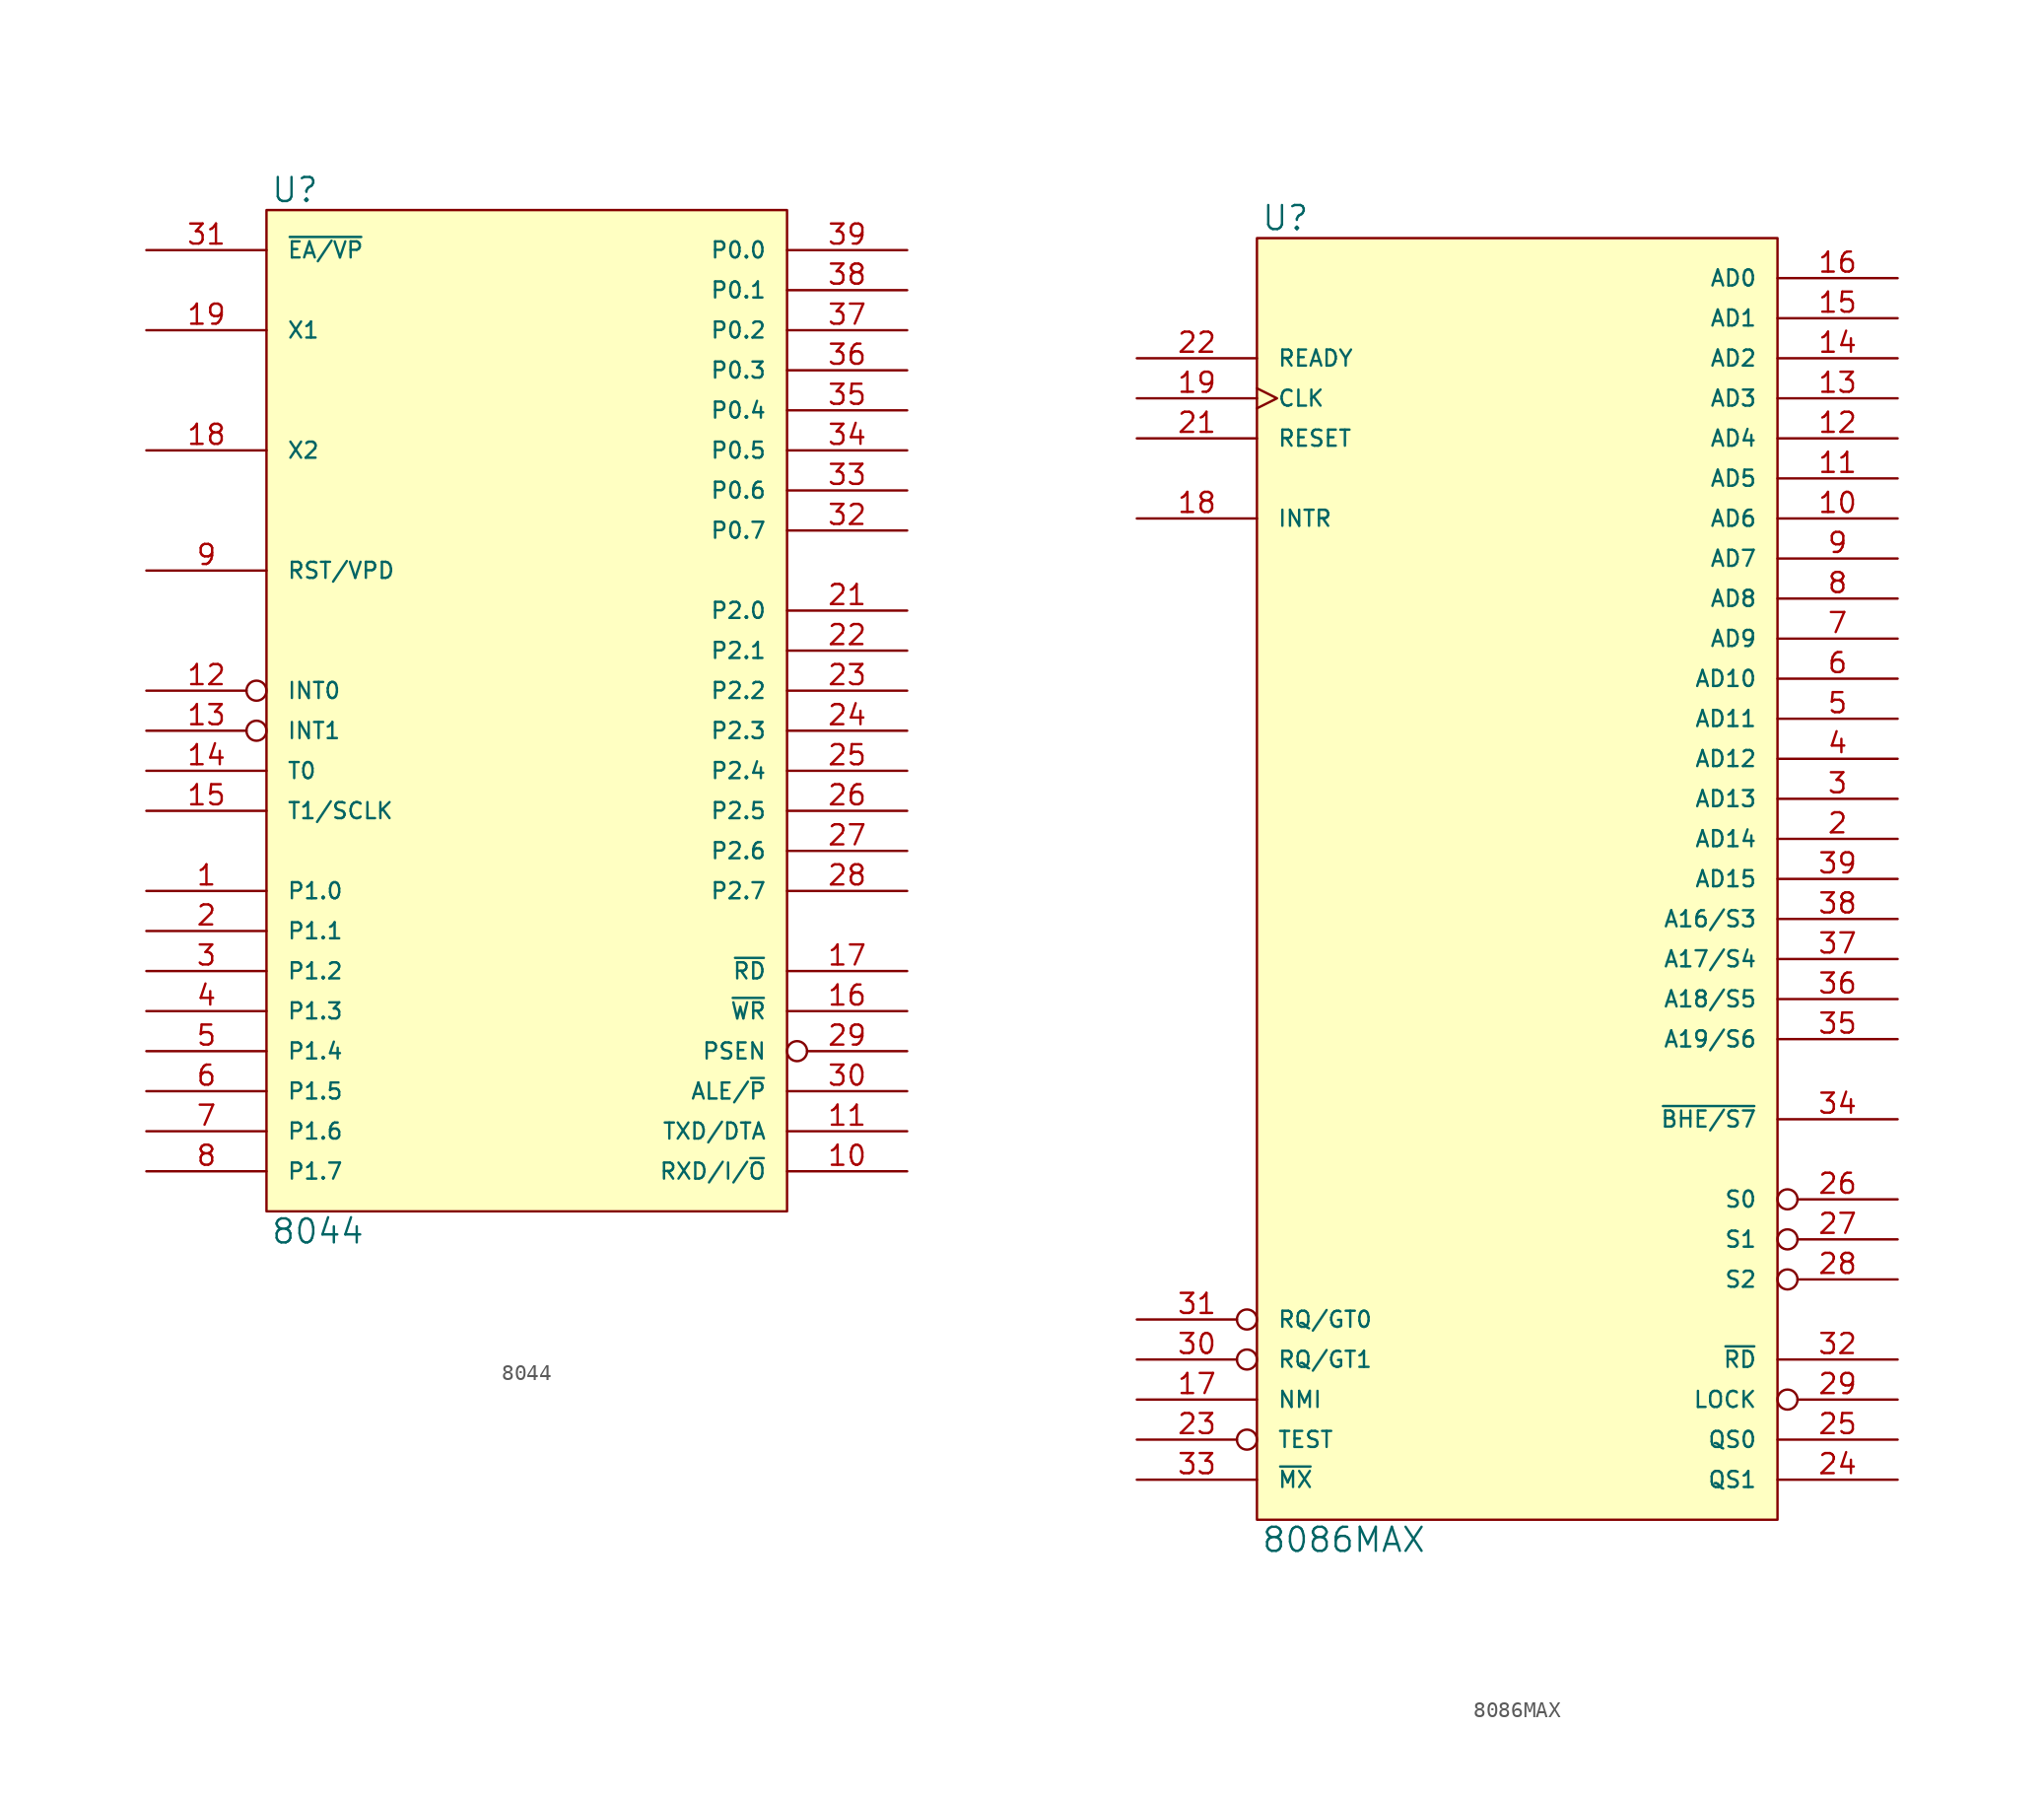
<source format=kicad_sym>
(kicad_symbol_lib
  (version 20231120)
  (generator "kicad_symbol_editor")
  (generator_version "8.0")
  (symbol "8044"
    (pin_names
      (offset 1.27))
    (property "Reference" "U"
      (at 0.254 0.381 0)
      (effects (font (size 1.524 1.524)) (justify left bottom)))
    (property "Value" "8044"
      (at 0.254 -63.881 0)
      (effects (font (size 1.524 1.524)) (justify left top)))
    (symbol "8044_0_1"
      (rectangle (start 0 0) (end 33.02 -63.5) (stroke (width 0) (type solid)) (fill (type background))))
    (symbol "8044_1_1"
      (pin bidirectional line (at -7.62 -43.18 0) (length 7.62) (name "P1.0" (effects (font (size 1.016 1.016)))) (number "1" (effects (font (size 1.27 1.27)))))
      (pin bidirectional line (at 40.64 -60.96 180) (length 7.62) (name "RXD/I/~{O}" (effects (font (size 1.016 1.016)))) (number "10" (effects (font (size 1.27 1.27)))))
      (pin bidirectional line (at 40.64 -58.42 180) (length 7.62) (name "TXD/DTA" (effects (font (size 1.016 1.016)))) (number "11" (effects (font (size 1.27 1.27)))))
      (pin bidirectional inverted (at -7.62 -30.48 0) (length 7.62) (name "INT0" (effects (font (size 1.016 1.016)))) (number "12" (effects (font (size 1.27 1.27)))))
      (pin bidirectional inverted (at -7.62 -33.02 0) (length 7.62) (name "INT1" (effects (font (size 1.016 1.016)))) (number "13" (effects (font (size 1.27 1.27)))))
      (pin bidirectional line (at -7.62 -35.56 0) (length 7.62) (name "T0" (effects (font (size 1.016 1.016)))) (number "14" (effects (font (size 1.27 1.27)))))
      (pin bidirectional line (at -7.62 -38.1 0) (length 7.62) (name "T1/SCLK" (effects (font (size 1.016 1.016)))) (number "15" (effects (font (size 1.27 1.27)))))
      (pin bidirectional line (at 40.64 -50.8 180) (length 7.62) (name "~{WR}" (effects (font (size 1.016 1.016)))) (number "16" (effects (font (size 1.27 1.27)))))
      (pin bidirectional line (at 40.64 -48.26 180) (length 7.62) (name "~{RD}" (effects (font (size 1.016 1.016)))) (number "17" (effects (font (size 1.27 1.27)))))
      (pin input line (at -7.62 -15.24 0) (length 7.62) (name "X2" (effects (font (size 1.016 1.016)))) (number "18" (effects (font (size 1.27 1.27)))))
      (pin input line (at -7.62 -7.62 0) (length 7.62) (name "X1" (effects (font (size 1.016 1.016)))) (number "19" (effects (font (size 1.27 1.27)))))
      (pin bidirectional line (at -7.62 -45.72 0) (length 7.62) (name "P1.1" (effects (font (size 1.016 1.016)))) (number "2" (effects (font (size 1.27 1.27)))))
      (pin power_in line (at 0 -63.5 90) (length 0) hide (name "VSS" (effects (font (size 1.016 1.016)))) (number "20" (effects (font (size 1.27 1.27)))))
      (pin bidirectional line (at 40.64 -25.4 180) (length 7.62) (name "P2.0" (effects (font (size 1.016 1.016)))) (number "21" (effects (font (size 1.27 1.27)))))
      (pin bidirectional line (at 40.64 -27.94 180) (length 7.62) (name "P2.1" (effects (font (size 1.016 1.016)))) (number "22" (effects (font (size 1.27 1.27)))))
      (pin bidirectional line (at 40.64 -30.48 180) (length 7.62) (name "P2.2" (effects (font (size 1.016 1.016)))) (number "23" (effects (font (size 1.27 1.27)))))
      (pin bidirectional line (at 40.64 -33.02 180) (length 7.62) (name "P2.3" (effects (font (size 1.016 1.016)))) (number "24" (effects (font (size 1.27 1.27)))))
      (pin bidirectional line (at 40.64 -35.56 180) (length 7.62) (name "P2.4" (effects (font (size 1.016 1.016)))) (number "25" (effects (font (size 1.27 1.27)))))
      (pin bidirectional line (at 40.64 -38.1 180) (length 7.62) (name "P2.5" (effects (font (size 1.016 1.016)))) (number "26" (effects (font (size 1.27 1.27)))))
      (pin bidirectional line (at 40.64 -40.64 180) (length 7.62) (name "P2.6" (effects (font (size 1.016 1.016)))) (number "27" (effects (font (size 1.27 1.27)))))
      (pin bidirectional line (at 40.64 -43.18 180) (length 7.62) (name "P2.7" (effects (font (size 1.016 1.016)))) (number "28" (effects (font (size 1.27 1.27)))))
      (pin output inverted (at 40.64 -53.34 180) (length 7.62) (name "PSEN" (effects (font (size 1.016 1.016)))) (number "29" (effects (font (size 1.27 1.27)))))
      (pin bidirectional line (at -7.62 -48.26 0) (length 7.62) (name "P1.2" (effects (font (size 1.016 1.016)))) (number "3" (effects (font (size 1.27 1.27)))))
      (pin output line (at 40.64 -55.88 180) (length 7.62) (name "ALE/~{P}" (effects (font (size 1.016 1.016)))) (number "30" (effects (font (size 1.27 1.27)))))
      (pin input line (at -7.62 -2.54 0) (length 7.62) (name "~{EA/VP}" (effects (font (size 1.016 1.016)))) (number "31" (effects (font (size 1.27 1.27)))))
      (pin bidirectional line (at 40.64 -20.32 180) (length 7.62) (name "P0.7" (effects (font (size 1.016 1.016)))) (number "32" (effects (font (size 1.27 1.27)))))
      (pin bidirectional line (at 40.64 -17.78 180) (length 7.62) (name "P0.6" (effects (font (size 1.016 1.016)))) (number "33" (effects (font (size 1.27 1.27)))))
      (pin bidirectional line (at 40.64 -15.24 180) (length 7.62) (name "P0.5" (effects (font (size 1.016 1.016)))) (number "34" (effects (font (size 1.27 1.27)))))
      (pin bidirectional line (at 40.64 -12.7 180) (length 7.62) (name "P0.4" (effects (font (size 1.016 1.016)))) (number "35" (effects (font (size 1.27 1.27)))))
      (pin bidirectional line (at 40.64 -10.16 180) (length 7.62) (name "P0.3" (effects (font (size 1.016 1.016)))) (number "36" (effects (font (size 1.27 1.27)))))
      (pin bidirectional line (at 40.64 -7.62 180) (length 7.62) (name "P0.2" (effects (font (size 1.016 1.016)))) (number "37" (effects (font (size 1.27 1.27)))))
      (pin bidirectional line (at 40.64 -5.08 180) (length 7.62) (name "P0.1" (effects (font (size 1.016 1.016)))) (number "38" (effects (font (size 1.27 1.27)))))
      (pin bidirectional line (at 40.64 -2.54 180) (length 7.62) (name "P0.0" (effects (font (size 1.016 1.016)))) (number "39" (effects (font (size 1.27 1.27)))))
      (pin bidirectional line (at -7.62 -50.8 0) (length 7.62) (name "P1.3" (effects (font (size 1.016 1.016)))) (number "4" (effects (font (size 1.27 1.27)))))
      (pin power_in line (at 0 0 270) (length 0) hide (name "VCC" (effects (font (size 1.016 1.016)))) (number "40" (effects (font (size 1.27 1.27)))))
      (pin bidirectional line (at -7.62 -53.34 0) (length 7.62) (name "P1.4" (effects (font (size 1.016 1.016)))) (number "5" (effects (font (size 1.27 1.27)))))
      (pin bidirectional line (at -7.62 -55.88 0) (length 7.62) (name "P1.5" (effects (font (size 1.016 1.016)))) (number "6" (effects (font (size 1.27 1.27)))))
      (pin bidirectional line (at -7.62 -58.42 0) (length 7.62) (name "P1.6" (effects (font (size 1.016 1.016)))) (number "7" (effects (font (size 1.27 1.27)))))
      (pin bidirectional line (at -7.62 -60.96 0) (length 7.62) (name "P1.7" (effects (font (size 1.016 1.016)))) (number "8" (effects (font (size 1.27 1.27)))))
      (pin input line (at -7.62 -22.86 0) (length 7.62) (name "RST/VPD" (effects (font (size 1.016 1.016)))) (number "9" (effects (font (size 1.27 1.27)))))))
  (symbol "8086MAX"
    (pin_names
      (offset 1.27))
    (property "Reference" "U"
      (at 0.254 0.381 0)
      (effects (font (size 1.524 1.524)) (justify left bottom)))
    (property "Value" "8086MAX"
      (at 0.254 -81.661 0)
      (effects (font (size 1.524 1.524)) (justify left top)))
    (symbol "8086MAX_0_1"
      (rectangle (start 0 0) (end 33.02 -81.28) (stroke (width 0) (type solid)) (fill (type background))))
    (symbol "8086MAX_1_1"
      (pin power_in line (at 12.7 -81.28 90) (length 0) hide (name "GND" (effects (font (size 1.016 1.016)))) (number "1" (effects (font (size 1.27 1.27)))))
      (pin bidirectional line (at 40.64 -17.78 180) (length 7.62) (name "AD6" (effects (font (size 1.016 1.016)))) (number "10" (effects (font (size 1.27 1.27)))))
      (pin bidirectional line (at 40.64 -15.24 180) (length 7.62) (name "AD5" (effects (font (size 1.016 1.016)))) (number "11" (effects (font (size 1.27 1.27)))))
      (pin bidirectional line (at 40.64 -12.7 180) (length 7.62) (name "AD4" (effects (font (size 1.016 1.016)))) (number "12" (effects (font (size 1.27 1.27)))))
      (pin bidirectional line (at 40.64 -10.16 180) (length 7.62) (name "AD3" (effects (font (size 1.016 1.016)))) (number "13" (effects (font (size 1.27 1.27)))))
      (pin bidirectional line (at 40.64 -7.62 180) (length 7.62) (name "AD2" (effects (font (size 1.016 1.016)))) (number "14" (effects (font (size 1.27 1.27)))))
      (pin bidirectional line (at 40.64 -5.08 180) (length 7.62) (name "AD1" (effects (font (size 1.016 1.016)))) (number "15" (effects (font (size 1.27 1.27)))))
      (pin bidirectional line (at 40.64 -2.54 180) (length 7.62) (name "AD0" (effects (font (size 1.016 1.016)))) (number "16" (effects (font (size 1.27 1.27)))))
      (pin input line (at -7.62 -73.66 0) (length 7.62) (name "NMI" (effects (font (size 1.016 1.016)))) (number "17" (effects (font (size 1.27 1.27)))))
      (pin input line (at -7.62 -17.78 0) (length 7.62) (name "INTR" (effects (font (size 1.016 1.016)))) (number "18" (effects (font (size 1.27 1.27)))))
      (pin input clock (at -7.62 -10.16 0) (length 7.62) (name "CLK" (effects (font (size 1.016 1.016)))) (number "19" (effects (font (size 1.27 1.27)))))
      (pin bidirectional line (at 40.64 -38.1 180) (length 7.62) (name "AD14" (effects (font (size 1.016 1.016)))) (number "2" (effects (font (size 1.27 1.27)))))
      (pin power_in line (at 0 -81.28 90) (length 0) hide (name "GND" (effects (font (size 1.016 1.016)))) (number "20" (effects (font (size 1.27 1.27)))))
      (pin input line (at -7.62 -12.7 0) (length 7.62) (name "RESET" (effects (font (size 1.016 1.016)))) (number "21" (effects (font (size 1.27 1.27)))))
      (pin input line (at -7.62 -7.62 0) (length 7.62) (name "READY" (effects (font (size 1.016 1.016)))) (number "22" (effects (font (size 1.27 1.27)))))
      (pin input inverted (at -7.62 -76.2 0) (length 7.62) (name "TEST" (effects (font (size 1.016 1.016)))) (number "23" (effects (font (size 1.27 1.27)))))
      (pin output line (at 40.64 -78.74 180) (length 7.62) (name "QS1" (effects (font (size 1.016 1.016)))) (number "24" (effects (font (size 1.27 1.27)))))
      (pin output line (at 40.64 -76.2 180) (length 7.62) (name "QS0" (effects (font (size 1.016 1.016)))) (number "25" (effects (font (size 1.27 1.27)))))
      (pin output inverted (at 40.64 -60.96 180) (length 7.62) (name "S0" (effects (font (size 1.016 1.016)))) (number "26" (effects (font (size 1.27 1.27)))))
      (pin output inverted (at 40.64 -63.5 180) (length 7.62) (name "S1" (effects (font (size 1.016 1.016)))) (number "27" (effects (font (size 1.27 1.27)))))
      (pin output inverted (at 40.64 -66.04 180) (length 7.62) (name "S2" (effects (font (size 1.016 1.016)))) (number "28" (effects (font (size 1.27 1.27)))))
      (pin output inverted (at 40.64 -73.66 180) (length 7.62) (name "LOCK" (effects (font (size 1.016 1.016)))) (number "29" (effects (font (size 1.27 1.27)))))
      (pin bidirectional line (at 40.64 -35.56 180) (length 7.62) (name "AD13" (effects (font (size 1.016 1.016)))) (number "3" (effects (font (size 1.27 1.27)))))
      (pin bidirectional inverted (at -7.62 -71.12 0) (length 7.62) (name "RQ/GT1" (effects (font (size 1.016 1.016)))) (number "30" (effects (font (size 1.27 1.27)))))
      (pin bidirectional inverted (at -7.62 -68.58 0) (length 7.62) (name "RQ/GT0" (effects (font (size 1.016 1.016)))) (number "31" (effects (font (size 1.27 1.27)))))
      (pin output line (at 40.64 -71.12 180) (length 7.62) (name "~{RD}" (effects (font (size 1.016 1.016)))) (number "32" (effects (font (size 1.27 1.27)))))
      (pin input line (at -7.62 -78.74 0) (length 7.62) (name "~{MX}" (effects (font (size 1.016 1.016)))) (number "33" (effects (font (size 1.27 1.27)))))
      (pin output line (at 40.64 -55.88 180) (length 7.62) (name "~{BHE/S7}" (effects (font (size 1.016 1.016)))) (number "34" (effects (font (size 1.27 1.27)))))
      (pin output line (at 40.64 -50.8 180) (length 7.62) (name "A19/S6" (effects (font (size 1.016 1.016)))) (number "35" (effects (font (size 1.27 1.27)))))
      (pin output line (at 40.64 -48.26 180) (length 7.62) (name "A18/S5" (effects (font (size 1.016 1.016)))) (number "36" (effects (font (size 1.27 1.27)))))
      (pin output line (at 40.64 -45.72 180) (length 7.62) (name "A17/S4" (effects (font (size 1.016 1.016)))) (number "37" (effects (font (size 1.27 1.27)))))
      (pin output line (at 40.64 -43.18 180) (length 7.62) (name "A16/S3" (effects (font (size 1.016 1.016)))) (number "38" (effects (font (size 1.27 1.27)))))
      (pin bidirectional line (at 40.64 -40.64 180) (length 7.62) (name "AD15" (effects (font (size 1.016 1.016)))) (number "39" (effects (font (size 1.27 1.27)))))
      (pin bidirectional line (at 40.64 -33.02 180) (length 7.62) (name "AD12" (effects (font (size 1.016 1.016)))) (number "4" (effects (font (size 1.27 1.27)))))
      (pin power_in line (at 0 0 270) (length 0) hide (name "VCC" (effects (font (size 1.016 1.016)))) (number "40" (effects (font (size 1.27 1.27)))))
      (pin bidirectional line (at 40.64 -30.48 180) (length 7.62) (name "AD11" (effects (font (size 1.016 1.016)))) (number "5" (effects (font (size 1.27 1.27)))))
      (pin bidirectional line (at 40.64 -27.94 180) (length 7.62) (name "AD10" (effects (font (size 1.016 1.016)))) (number "6" (effects (font (size 1.27 1.27)))))
      (pin bidirectional line (at 40.64 -25.4 180) (length 7.62) (name "AD9" (effects (font (size 1.016 1.016)))) (number "7" (effects (font (size 1.27 1.27)))))
      (pin bidirectional line (at 40.64 -22.86 180) (length 7.62) (name "AD8" (effects (font (size 1.016 1.016)))) (number "8" (effects (font (size 1.27 1.27)))))
      (pin bidirectional line (at 40.64 -20.32 180) (length 7.62) (name "AD7" (effects (font (size 1.016 1.016)))) (number "9" (effects (font (size 1.27 1.27))))))))
</source>
